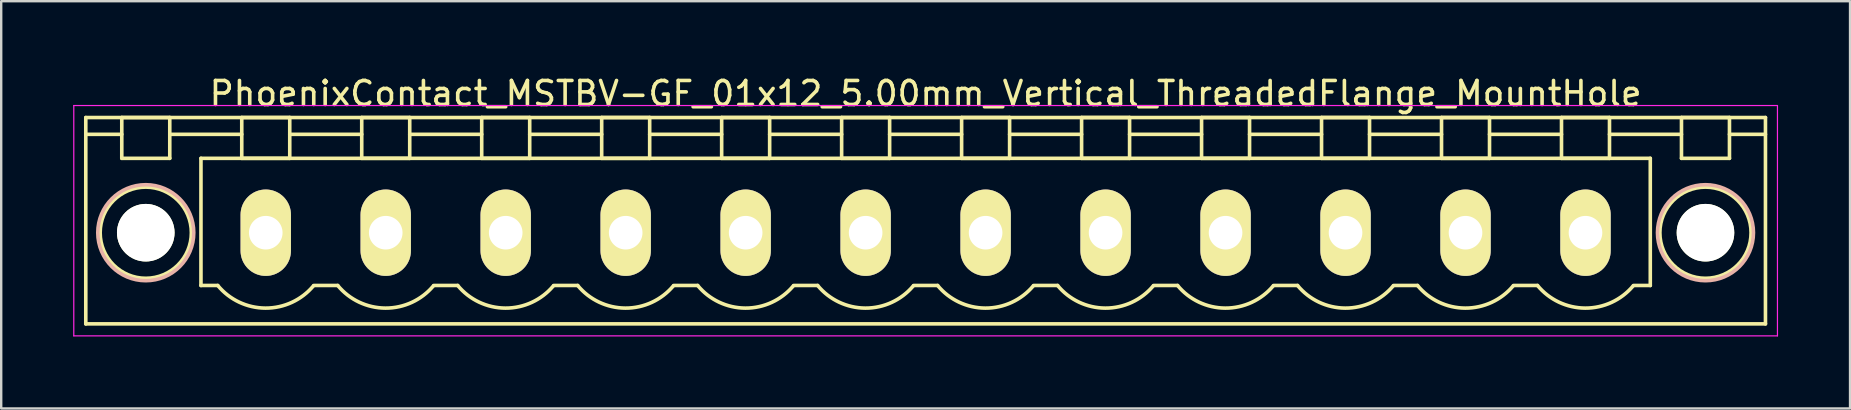
<source format=kicad_pcb>
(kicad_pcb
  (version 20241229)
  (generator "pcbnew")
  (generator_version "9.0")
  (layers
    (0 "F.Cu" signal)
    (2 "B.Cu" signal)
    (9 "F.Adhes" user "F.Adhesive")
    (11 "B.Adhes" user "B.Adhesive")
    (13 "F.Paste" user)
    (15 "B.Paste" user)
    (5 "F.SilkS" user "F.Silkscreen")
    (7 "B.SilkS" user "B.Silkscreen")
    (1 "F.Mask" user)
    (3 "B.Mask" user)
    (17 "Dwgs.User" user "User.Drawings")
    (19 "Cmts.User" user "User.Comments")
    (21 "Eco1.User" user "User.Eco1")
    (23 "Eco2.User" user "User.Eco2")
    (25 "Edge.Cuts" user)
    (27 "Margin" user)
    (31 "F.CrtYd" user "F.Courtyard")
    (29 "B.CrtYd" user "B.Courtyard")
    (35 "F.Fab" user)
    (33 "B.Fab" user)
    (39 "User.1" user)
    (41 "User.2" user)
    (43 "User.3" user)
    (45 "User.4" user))
  (footprint "PhoenixContact_MSTBV-GF_01x12_5.00mm_Vertical_ThreadedFlange_MountHole"
    (layer "F.Cu")
    (at 8.025 6.648)
    (property "Reference" "PhoenixContact_MSTBV-GF_01x12_5.00mm_Vertical_ThreadedFlange_MountHole" (at 27.5 -5.8 0) (layer "F.SilkS") (effects (font (size 1 1) (thickness 0.15))))
    (attr through_hole)
    (fp_line (start -7.5 -4.8) (end -7.5 3.8) (stroke (width 0.15) (type solid)) (layer "F.SilkS"))
    (fp_line (start -7.5 -4.1) (end -6 -4.1) (stroke (width 0.15) (type solid)) (layer "F.SilkS"))
    (fp_line (start -7.5 3.8) (end 62.5 3.8) (stroke (width 0.15) (type solid)) (layer "F.SilkS"))
    (fp_line (start -6 -4.8) (end -4 -4.8) (stroke (width 0.15) (type solid)) (layer "F.SilkS"))
    (fp_line (start -6 -3.1) (end -6 -4.8) (stroke (width 0.15) (type solid)) (layer "F.SilkS"))
    (fp_line (start -4 -4.8) (end -4 -3.1) (stroke (width 0.15) (type solid)) (layer "F.SilkS"))
    (fp_line (start -4 -4.1) (end -1 -4.1) (stroke (width 0.15) (type solid)) (layer "F.SilkS"))
    (fp_line (start -4 -3.1) (end -6 -3.1) (stroke (width 0.15) (type solid)) (layer "F.SilkS"))
    (fp_line (start -2.7 -3.1) (end 57.7 -3.1) (stroke (width 0.15) (type solid)) (layer "F.SilkS"))
    (fp_line (start -2.7 2.2) (end -2.7 -3.1) (stroke (width 0.15) (type solid)) (layer "F.SilkS"))
    (fp_line (start -2 2.2) (end -2.7 2.2) (stroke (width 0.15) (type solid)) (layer "F.SilkS"))
    (fp_line (start -1 -4.8) (end 1 -4.8) (stroke (width 0.15) (type solid)) (layer "F.SilkS"))
    (fp_line (start -1 -3.1) (end -1 -4.8) (stroke (width 0.15) (type solid)) (layer "F.SilkS"))
    (fp_line (start 1 -4.8) (end 1 -3.1) (stroke (width 0.15) (type solid)) (layer "F.SilkS"))
    (fp_line (start 1 -4.1) (end 4 -4.1) (stroke (width 0.15) (type solid)) (layer "F.SilkS"))
    (fp_line (start 1 -3.1) (end -1 -3.1) (stroke (width 0.15) (type solid)) (layer "F.SilkS"))
    (fp_line (start 2 2.2) (end 3 2.2) (stroke (width 0.15) (type solid)) (layer "F.SilkS"))
    (fp_line (start 4 -4.8) (end 6 -4.8) (stroke (width 0.15) (type solid)) (layer "F.SilkS"))
    (fp_line (start 4 -3.1) (end 4 -4.8) (stroke (width 0.15) (type solid)) (layer "F.SilkS"))
    (fp_line (start 6 -4.8) (end 6 -3.1) (stroke (width 0.15) (type solid)) (layer "F.SilkS"))
    (fp_line (start 6 -4.1) (end 9 -4.1) (stroke (width 0.15) (type solid)) (layer "F.SilkS"))
    (fp_line (start 6 -3.1) (end 4 -3.1) (stroke (width 0.15) (type solid)) (layer "F.SilkS"))
    (fp_line (start 7 2.2) (end 8 2.2) (stroke (width 0.15) (type solid)) (layer "F.SilkS"))
    (fp_line (start 9 -4.8) (end 11 -4.8) (stroke (width 0.15) (type solid)) (layer "F.SilkS"))
    (fp_line (start 9 -3.1) (end 9 -4.8) (stroke (width 0.15) (type solid)) (layer "F.SilkS"))
    (fp_line (start 11 -4.8) (end 11 -3.1) (stroke (width 0.15) (type solid)) (layer "F.SilkS"))
    (fp_line (start 11 -4.1) (end 14 -4.1) (stroke (width 0.15) (type solid)) (layer "F.SilkS"))
    (fp_line (start 11 -3.1) (end 9 -3.1) (stroke (width 0.15) (type solid)) (layer "F.SilkS"))
    (fp_line (start 12 2.2) (end 13 2.2) (stroke (width 0.15) (type solid)) (layer "F.SilkS"))
    (fp_line (start 14 -4.8) (end 16 -4.8) (stroke (width 0.15) (type solid)) (layer "F.SilkS"))
    (fp_line (start 14 -3.1) (end 14 -4.8) (stroke (width 0.15) (type solid)) (layer "F.SilkS"))
    (fp_line (start 16 -4.8) (end 16 -3.1) (stroke (width 0.15) (type solid)) (layer "F.SilkS"))
    (fp_line (start 16 -4.1) (end 19 -4.1) (stroke (width 0.15) (type solid)) (layer "F.SilkS"))
    (fp_line (start 16 -3.1) (end 14 -3.1) (stroke (width 0.15) (type solid)) (layer "F.SilkS"))
    (fp_line (start 17 2.2) (end 18 2.2) (stroke (width 0.15) (type solid)) (layer "F.SilkS"))
    (fp_line (start 19 -4.8) (end 21 -4.8) (stroke (width 0.15) (type solid)) (layer "F.SilkS"))
    (fp_line (start 19 -3.1) (end 19 -4.8) (stroke (width 0.15) (type solid)) (layer "F.SilkS"))
    (fp_line (start 21 -4.8) (end 21 -3.1) (stroke (width 0.15) (type solid)) (layer "F.SilkS"))
    (fp_line (start 21 -4.1) (end 24 -4.1) (stroke (width 0.15) (type solid)) (layer "F.SilkS"))
    (fp_line (start 21 -3.1) (end 19 -3.1) (stroke (width 0.15) (type solid)) (layer "F.SilkS"))
    (fp_line (start 22 2.2) (end 23 2.2) (stroke (width 0.15) (type solid)) (layer "F.SilkS"))
    (fp_line (start 24 -4.8) (end 26 -4.8) (stroke (width 0.15) (type solid)) (layer "F.SilkS"))
    (fp_line (start 24 -3.1) (end 24 -4.8) (stroke (width 0.15) (type solid)) (layer "F.SilkS"))
    (fp_line (start 26 -4.8) (end 26 -3.1) (stroke (width 0.15) (type solid)) (layer "F.SilkS"))
    (fp_line (start 26 -4.1) (end 29 -4.1) (stroke (width 0.15) (type solid)) (layer "F.SilkS"))
    (fp_line (start 26 -3.1) (end 24 -3.1) (stroke (width 0.15) (type solid)) (layer "F.SilkS"))
    (fp_line (start 27 2.2) (end 28 2.2) (stroke (width 0.15) (type solid)) (layer "F.SilkS"))
    (fp_line (start 29 -4.8) (end 31 -4.8) (stroke (width 0.15) (type solid)) (layer "F.SilkS"))
    (fp_line (start 29 -3.1) (end 29 -4.8) (stroke (width 0.15) (type solid)) (layer "F.SilkS"))
    (fp_line (start 31 -4.8) (end 31 -3.1) (stroke (width 0.15) (type solid)) (layer "F.SilkS"))
    (fp_line (start 31 -4.1) (end 34 -4.1) (stroke (width 0.15) (type solid)) (layer "F.SilkS"))
    (fp_line (start 31 -3.1) (end 29 -3.1) (stroke (width 0.15) (type solid)) (layer "F.SilkS"))
    (fp_line (start 32 2.2) (end 33 2.2) (stroke (width 0.15) (type solid)) (layer "F.SilkS"))
    (fp_line (start 34 -4.8) (end 36 -4.8) (stroke (width 0.15) (type solid)) (layer "F.SilkS"))
    (fp_line (start 34 -3.1) (end 34 -4.8) (stroke (width 0.15) (type solid)) (layer "F.SilkS"))
    (fp_line (start 36 -4.8) (end 36 -3.1) (stroke (width 0.15) (type solid)) (layer "F.SilkS"))
    (fp_line (start 36 -4.1) (end 39 -4.1) (stroke (width 0.15) (type solid)) (layer "F.SilkS"))
    (fp_line (start 36 -3.1) (end 34 -3.1) (stroke (width 0.15) (type solid)) (layer "F.SilkS"))
    (fp_line (start 37 2.2) (end 38 2.2) (stroke (width 0.15) (type solid)) (layer "F.SilkS"))
    (fp_line (start 39 -4.8) (end 41 -4.8) (stroke (width 0.15) (type solid)) (layer "F.SilkS"))
    (fp_line (start 39 -3.1) (end 39 -4.8) (stroke (width 0.15) (type solid)) (layer "F.SilkS"))
    (fp_line (start 41 -4.8) (end 41 -3.1) (stroke (width 0.15) (type solid)) (layer "F.SilkS"))
    (fp_line (start 41 -4.1) (end 44 -4.1) (stroke (width 0.15) (type solid)) (layer "F.SilkS"))
    (fp_line (start 41 -3.1) (end 39 -3.1) (stroke (width 0.15) (type solid)) (layer "F.SilkS"))
    (fp_line (start 42 2.2) (end 43 2.2) (stroke (width 0.15) (type solid)) (layer "F.SilkS"))
    (fp_line (start 44 -4.8) (end 46 -4.8) (stroke (width 0.15) (type solid)) (layer "F.SilkS"))
    (fp_line (start 44 -3.1) (end 44 -4.8) (stroke (width 0.15) (type solid)) (layer "F.SilkS"))
    (fp_line (start 46 -4.8) (end 46 -3.1) (stroke (width 0.15) (type solid)) (layer "F.SilkS"))
    (fp_line (start 46 -4.1) (end 49 -4.1) (stroke (width 0.15) (type solid)) (layer "F.SilkS"))
    (fp_line (start 46 -3.1) (end 44 -3.1) (stroke (width 0.15) (type solid)) (layer "F.SilkS"))
    (fp_line (start 47 2.2) (end 48 2.2) (stroke (width 0.15) (type solid)) (layer "F.SilkS"))
    (fp_line (start 49 -4.8) (end 51 -4.8) (stroke (width 0.15) (type solid)) (layer "F.SilkS"))
    (fp_line (start 49 -3.1) (end 49 -4.8) (stroke (width 0.15) (type solid)) (layer "F.SilkS"))
    (fp_line (start 51 -4.8) (end 51 -3.1) (stroke (width 0.15) (type solid)) (layer "F.SilkS"))
    (fp_line (start 51 -4.1) (end 54 -4.1) (stroke (width 0.15) (type solid)) (layer "F.SilkS"))
    (fp_line (start 51 -3.1) (end 49 -3.1) (stroke (width 0.15) (type solid)) (layer "F.SilkS"))
    (fp_line (start 52 2.2) (end 53 2.2) (stroke (width 0.15) (type solid)) (layer "F.SilkS"))
    (fp_line (start 54 -4.8) (end 56 -4.8) (stroke (width 0.15) (type solid)) (layer "F.SilkS"))
    (fp_line (start 54 -3.1) (end 54 -4.8) (stroke (width 0.15) (type solid)) (layer "F.SilkS"))
    (fp_line (start 56 -4.8) (end 56 -3.1) (stroke (width 0.15) (type solid)) (layer "F.SilkS"))
    (fp_line (start 56 -4.1) (end 59 -4.1) (stroke (width 0.15) (type solid)) (layer "F.SilkS"))
    (fp_line (start 56 -3.1) (end 54 -3.1) (stroke (width 0.15) (type solid)) (layer "F.SilkS"))
    (fp_line (start 57.7 -3.1) (end 57.7 2.2) (stroke (width 0.15) (type solid)) (layer "F.SilkS"))
    (fp_line (start 57.7 2.2) (end 57 2.2) (stroke (width 0.15) (type solid)) (layer "F.SilkS"))
    (fp_line (start 59 -4.8) (end 61 -4.8) (stroke (width 0.15) (type solid)) (layer "F.SilkS"))
    (fp_line (start 59 -3.1) (end 59 -4.8) (stroke (width 0.15) (type solid)) (layer "F.SilkS"))
    (fp_line (start 61 -4.8) (end 61 -3.1) (stroke (width 0.15) (type solid)) (layer "F.SilkS"))
    (fp_line (start 61 -3.1) (end 59 -3.1) (stroke (width 0.15) (type solid)) (layer "F.SilkS"))
    (fp_line (start 62.5 -4.8) (end -7.5 -4.8) (stroke (width 0.15) (type solid)) (layer "F.SilkS"))
    (fp_line (start 62.5 -4.1) (end 61 -4.1) (stroke (width 0.15) (type solid)) (layer "F.SilkS"))
    (fp_line (start 62.5 3.8) (end 62.5 -4.8) (stroke (width 0.15) (type solid)) (layer "F.SilkS"))
    (fp_arc (start 1.986842 2.215821) (mid -0.010289 3.142758) (end -2 2.2) (stroke (width 0.15) (type solid)) (layer "F.SilkS"))
    (fp_arc (start 6.986842 2.215821) (mid 4.989711 3.142758) (end 3 2.2) (stroke (width 0.15) (type solid)) (layer "F.SilkS"))
    (fp_arc (start 11.986842 2.215821) (mid 9.989711 3.142758) (end 8 2.2) (stroke (width 0.15) (type solid)) (layer "F.SilkS"))
    (fp_arc (start 16.986842 2.215821) (mid 14.989711 3.142758) (end 13 2.2) (stroke (width 0.15) (type solid)) (layer "F.SilkS"))
    (fp_arc (start 21.986842 2.215821) (mid 19.989711 3.142758) (end 18 2.2) (stroke (width 0.15) (type solid)) (layer "F.SilkS"))
    (fp_arc (start 26.986842 2.215821) (mid 24.989711 3.142758) (end 23 2.2) (stroke (width 0.15) (type solid)) (layer "F.SilkS"))
    (fp_arc (start 31.986842 2.215821) (mid 29.989711 3.142758) (end 28 2.2) (stroke (width 0.15) (type solid)) (layer "F.SilkS"))
    (fp_arc (start 36.986842 2.215821) (mid 34.989711 3.142758) (end 33 2.2) (stroke (width 0.15) (type solid)) (layer "F.SilkS"))
    (fp_arc (start 41.986842 2.215821) (mid 39.989711 3.142758) (end 38 2.2) (stroke (width 0.15) (type solid)) (layer "F.SilkS"))
    (fp_arc (start 46.986842 2.215821) (mid 44.989711 3.142758) (end 43 2.2) (stroke (width 0.15) (type solid)) (layer "F.SilkS"))
    (fp_arc (start 51.986842 2.215821) (mid 49.989711 3.142758) (end 48 2.2) (stroke (width 0.15) (type solid)) (layer "F.SilkS"))
    (fp_arc (start 56.986842 2.215821) (mid 54.989711 3.142758) (end 53 2.2) (stroke (width 0.15) (type solid)) (layer "F.SilkS"))
    (fp_circle (center -5 0) (end -4 0) (stroke (width 0.15) (type solid)) (fill no) (layer "F.SilkS"))
    (fp_circle (center -5 0) (end -3.1 0) (stroke (width 0.15) (type solid)) (fill no) (layer "F.SilkS"))
    (fp_circle (center 60 0) (end 61 0) (stroke (width 0.15) (type solid)) (fill no) (layer "F.SilkS"))
    (fp_circle (center 60 0) (end 61.9 0) (stroke (width 0.15) (type solid)) (fill no) (layer "F.SilkS"))
    (fp_circle (center -5 0) (end -3 0) (stroke (width 0.15) (type solid)) (fill no) (layer "B.SilkS"))
    (fp_circle (center 60 0) (end 62 0) (stroke (width 0.15) (type solid)) (fill no) (layer "B.SilkS"))
    (fp_line (start -8 -5.3) (end -8 4.3) (stroke (width 0.05) (type solid)) (layer "F.CrtYd"))
    (fp_line (start -8 4.3) (end 63 4.3) (stroke (width 0.05) (type solid)) (layer "F.CrtYd"))
    (fp_line (start 63 -5.3) (end -8 -5.3) (stroke (width 0.05) (type solid)) (layer "F.CrtYd"))
    (fp_line (start 63 4.3) (end 63 -5.3) (stroke (width 0.05) (type solid)) (layer "F.CrtYd"))
    (pad "" np_thru_hole circle (at -5 0) (size 2.4 2.4) (drill 2.4) (layers "*.Cu" "*.Mask" "F.SilkS"))
    (pad "" np_thru_hole circle (at 60 0) (size 2.4 2.4) (drill 2.4) (layers "*.Cu" "*.Mask" "F.SilkS"))
    (pad "1" thru_hole oval (at 0 0) (size 2.1 3.6) (drill 1.4) (layers "*.Cu" "*.Mask" "F.SilkS"))
    (pad "2" thru_hole oval (at 5 0) (size 2.1 3.6) (drill 1.4) (layers "*.Cu" "*.Mask" "F.SilkS"))
    (pad "3" thru_hole oval (at 10 0) (size 2.1 3.6) (drill 1.4) (layers "*.Cu" "*.Mask" "F.SilkS"))
    (pad "4" thru_hole oval (at 15 0) (size 2.1 3.6) (drill 1.4) (layers "*.Cu" "*.Mask" "F.SilkS"))
    (pad "5" thru_hole oval (at 20 0) (size 2.1 3.6) (drill 1.4) (layers "*.Cu" "*.Mask" "F.SilkS"))
    (pad "6" thru_hole oval (at 25 0) (size 2.1 3.6) (drill 1.4) (layers "*.Cu" "*.Mask" "F.SilkS"))
    (pad "7" thru_hole oval (at 30 0) (size 2.1 3.6) (drill 1.4) (layers "*.Cu" "*.Mask" "F.SilkS"))
    (pad "8" thru_hole oval (at 35 0) (size 2.1 3.6) (drill 1.4) (layers "*.Cu" "*.Mask" "F.SilkS"))
    (pad "9" thru_hole oval (at 40 0) (size 2.1 3.6) (drill 1.4) (layers "*.Cu" "*.Mask" "F.SilkS"))
    (pad "10" thru_hole oval (at 45 0) (size 2.1 3.6) (drill 1.4) (layers "*.Cu" "*.Mask" "F.SilkS"))
    (pad "11" thru_hole oval (at 50 0) (size 2.1 3.6) (drill 1.4) (layers "*.Cu" "*.Mask" "F.SilkS"))
    (pad "12" thru_hole oval (at 55 0) (size 2.1 3.6) (drill 1.4) (layers "*.Cu" "*.Mask" "F.SilkS")))
  (gr_rect
    (start -3 -3)
    (end 74.05 13.973)
    (stroke (width 0.1) (type default))
    (fill no)
    (layer "Edge.Cuts")))
</source>
